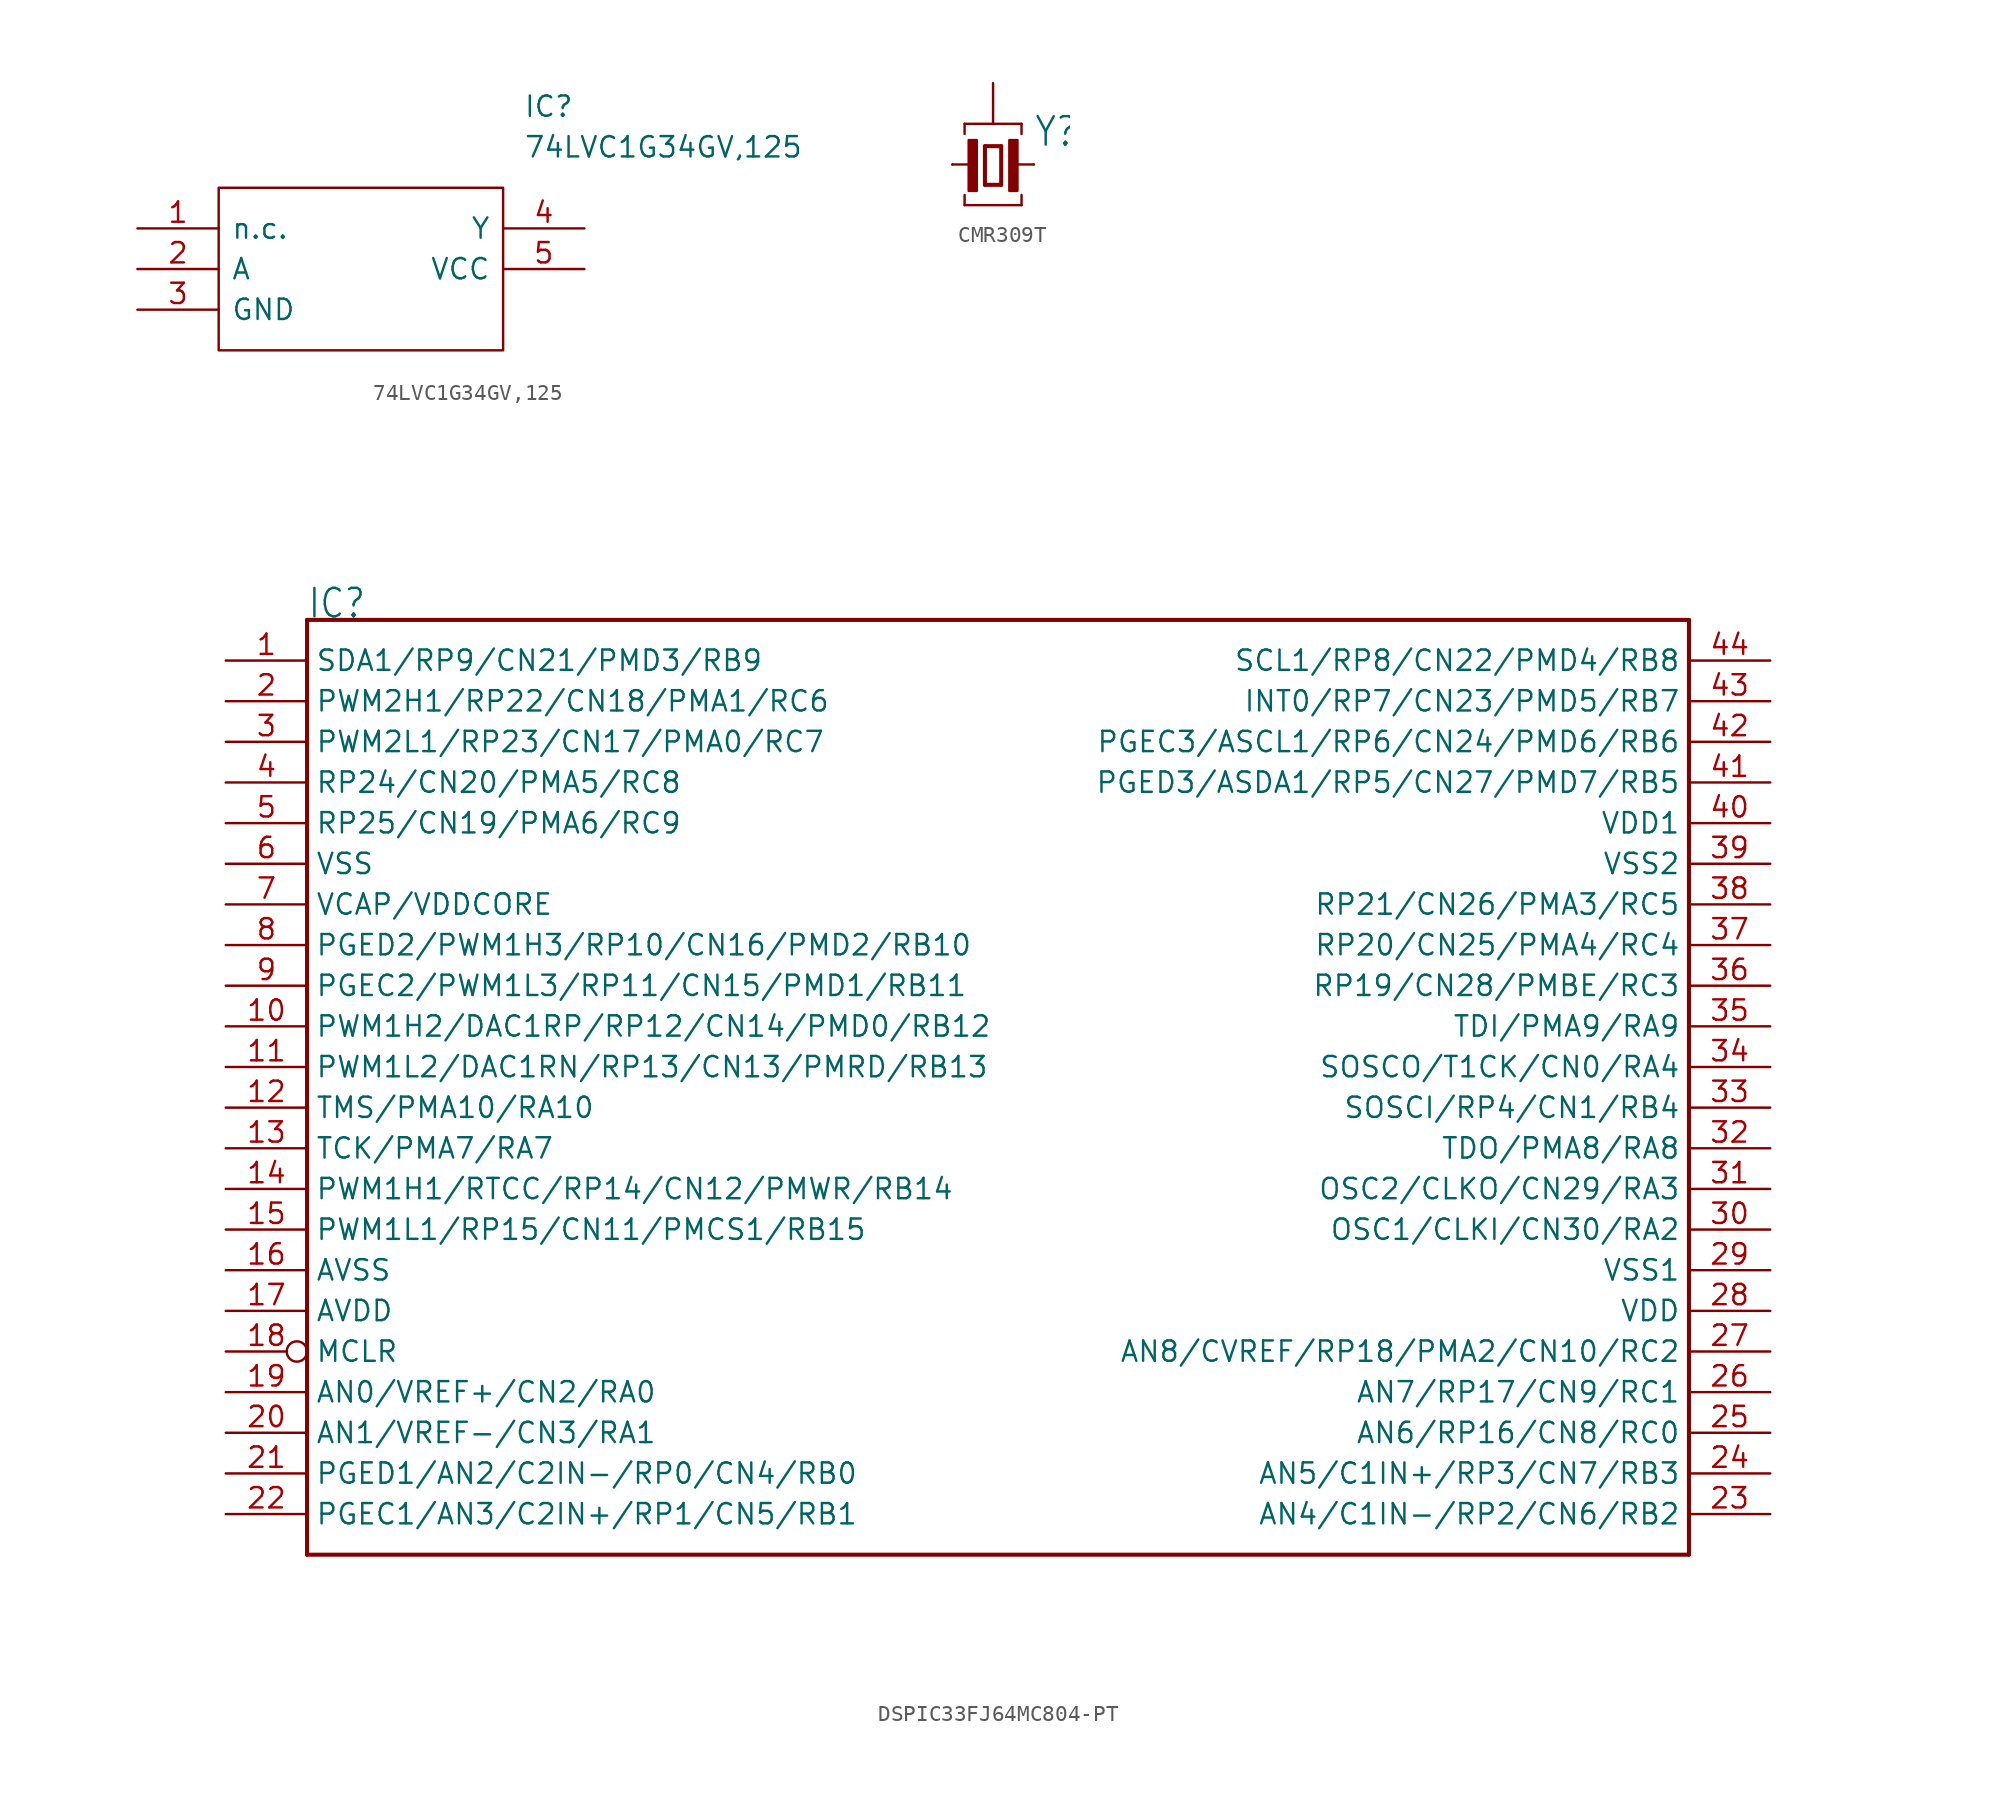
<source format=kicad_sym>
(kicad_symbol_lib
  (version 20231120)
  (generator "kicad_symbol_editor")
  (generator_version "8.0")
  (symbol "74LVC1G34GV,125"
    (pin_names
      (offset 0.762))
    (property "Reference" "IC"
      (at 24.13 7.62 0)
      (effects (font (size 1.27 1.27)) (justify left)))
    (property "Value" "74LVC1G34GV,125"
      (at 24.13 5.08 0)
      (effects (font (size 1.27 1.27)) (justify left)))
    (symbol "74LVC1G34GV,125_0_0"
      (pin passive line (at 0 0 0) (length 5.08) (name "n.c." (effects (font (size 1.27 1.27)))) (number "1" (effects (font (size 1.27 1.27)))))
      (pin passive line (at 0 -2.54 0) (length 5.08) (name "A" (effects (font (size 1.27 1.27)))) (number "2" (effects (font (size 1.27 1.27)))))
      (pin passive line (at 0 -5.08 0) (length 5.08) (name "GND" (effects (font (size 1.27 1.27)))) (number "3" (effects (font (size 1.27 1.27)))))
      (pin passive line (at 27.94 0 180) (length 5.08) (name "Y" (effects (font (size 1.27 1.27)))) (number "4" (effects (font (size 1.27 1.27)))))
      (pin passive line (at 27.94 -2.54 180) (length 5.08) (name "VCC" (effects (font (size 1.27 1.27)))) (number "5" (effects (font (size 1.27 1.27))))))
    (symbol "74LVC1G34GV,125_0_1"
      (polyline (pts (xy 5.08 2.54) (xy 22.86 2.54) (xy 22.86 -7.62) (xy 5.08 -7.62) (xy 5.08 2.54)) (stroke (width 0.152) (type solid)) (fill (type none)))))
  (symbol "CMR309T"
    (property "Reference" "Y"
      (at 2.54 1.016 0)
      (effects (font (size 1.778 1.511)) (justify left bottom)))
    (property "Value" ""
      (at 2.54 -2.54 0)
      (effects (font (size 1.778 1.511)) (justify left bottom)))
    (property "ki_locked" ""
      (at 0 0 0)
      (effects (font (size 1.27 1.27))))
    (symbol "CMR309T_1_0"
      (rectangle (start -1.524 -1.651) (end -1.016 1.524) (stroke (width 0) (type default)) (fill (type outline)))
      (polyline (pts (xy -2.54 0) (xy -1.143 0)) (stroke (width 0.152) (type solid)) (fill (type none)))
      (polyline (pts (xy -1.778 -2.54) (xy -1.778 -1.905)) (stroke (width 0.152) (type solid)) (fill (type none)))
      (polyline (pts (xy -1.778 -2.54) (xy 1.778 -2.54)) (stroke (width 0.152) (type solid)) (fill (type none)))
      (polyline (pts (xy -1.778 1.905) (xy -1.778 2.54)) (stroke (width 0.152) (type solid)) (fill (type none)))
      (polyline (pts (xy -1.778 2.54) (xy 1.778 2.54)) (stroke (width 0.152) (type solid)) (fill (type none)))
      (polyline (pts (xy -0.508 -1.27) (xy 0.508 -1.27)) (stroke (width 0.254) (type solid)) (fill (type none)))
      (polyline (pts (xy -0.508 1.143) (xy -0.508 -1.27)) (stroke (width 0.254) (type solid)) (fill (type none)))
      (polyline (pts (xy 0.508 -1.27) (xy 0.508 1.143)) (stroke (width 0.254) (type solid)) (fill (type none)))
      (polyline (pts (xy 0.508 1.143) (xy -0.508 1.143)) (stroke (width 0.254) (type solid)) (fill (type none)))
      (polyline (pts (xy 1.143 0) (xy 2.54 0)) (stroke (width 0.152) (type solid)) (fill (type none)))
      (polyline (pts (xy 1.778 -1.905) (xy 1.778 -2.54)) (stroke (width 0.152) (type solid)) (fill (type none)))
      (polyline (pts (xy 1.778 2.54) (xy 1.778 1.905)) (stroke (width 0.152) (type solid)) (fill (type none)))
      (rectangle (start 1.016 -1.651) (end 1.524 1.524) (stroke (width 0) (type default)) (fill (type outline)))
      (pin passive line (at -2.54 0 0) (length 0) (name "1" (effects (font (size 0 0)))) (number "1" (effects (font (size 0 0)))))
      (pin passive line (at 2.54 0 180) (length 0) (name "2" (effects (font (size 0 0)))) (number "2" (effects (font (size 0 0)))))
      (pin passive line (at 0 5.08 270) (length 2.54) (name "G" (effects (font (size 0 0)))) (number "3" (effects (font (size 0 0)))))))
  (symbol "DSPIC33FJ64MC804-PT"
    (property "Reference" "IC"
      (at -45.72 27.94 0)
      (effects (font (size 1.778 1.511)) (justify left bottom)))
    (property "Value" ""
      (at -45.72 -33.02 0)
      (effects (font (size 1.778 1.511)) (justify left bottom)))
    (property "ki_locked" ""
      (at 0 0 0)
      (effects (font (size 1.27 1.27))))
    (symbol "DSPIC33FJ64MC804-PT_1_0"
      (polyline (pts (xy -45.72 -30.48) (xy -45.72 27.94)) (stroke (width 0.254) (type solid)) (fill (type none)))
      (polyline (pts (xy -45.72 27.94) (xy 40.64 27.94)) (stroke (width 0.254) (type solid)) (fill (type none)))
      (polyline (pts (xy 40.64 -30.48) (xy -45.72 -30.48)) (stroke (width 0.254) (type solid)) (fill (type none)))
      (polyline (pts (xy 40.64 27.94) (xy 40.64 -30.48)) (stroke (width 0.254) (type solid)) (fill (type none)))
      (pin bidirectional line (at -50.8 25.4 0) (length 5.08) (name "SDA1/RP9/CN21/PMD3/RB9" (effects (font (size 1.27 1.27)))) (number "1" (effects (font (size 1.27 1.27)))))
      (pin bidirectional line (at -50.8 2.54 0) (length 5.08) (name "PWM1H2/DAC1RP/RP12/CN14/PMD0/RB12" (effects (font (size 1.27 1.27)))) (number "10" (effects (font (size 1.27 1.27)))))
      (pin bidirectional line (at -50.8 0 0) (length 5.08) (name "PWM1L2/DAC1RN/RP13/CN13/PMRD/RB13" (effects (font (size 1.27 1.27)))) (number "11" (effects (font (size 1.27 1.27)))))
      (pin bidirectional line (at -50.8 -2.54 0) (length 5.08) (name "TMS/PMA10/RA10" (effects (font (size 1.27 1.27)))) (number "12" (effects (font (size 1.27 1.27)))))
      (pin bidirectional line (at -50.8 -5.08 0) (length 5.08) (name "TCK/PMA7/RA7" (effects (font (size 1.27 1.27)))) (number "13" (effects (font (size 1.27 1.27)))))
      (pin bidirectional line (at -50.8 -7.62 0) (length 5.08) (name "PWM1H1/RTCC/RP14/CN12/PMWR/RB14" (effects (font (size 1.27 1.27)))) (number "14" (effects (font (size 1.27 1.27)))))
      (pin bidirectional line (at -50.8 -10.16 0) (length 5.08) (name "PWM1L1/RP15/CN11/PMCS1/RB15" (effects (font (size 1.27 1.27)))) (number "15" (effects (font (size 1.27 1.27)))))
      (pin power_in line (at -50.8 -12.7 0) (length 5.08) (name "AVSS" (effects (font (size 1.27 1.27)))) (number "16" (effects (font (size 1.27 1.27)))))
      (pin power_in line (at -50.8 -15.24 0) (length 5.08) (name "AVDD" (effects (font (size 1.27 1.27)))) (number "17" (effects (font (size 1.27 1.27)))))
      (pin input inverted (at -50.8 -17.78 0) (length 5.08) (name "MCLR" (effects (font (size 1.27 1.27)))) (number "18" (effects (font (size 1.27 1.27)))))
      (pin bidirectional line (at -50.8 -20.32 0) (length 5.08) (name "AN0/VREF+/CN2/RA0" (effects (font (size 1.27 1.27)))) (number "19" (effects (font (size 1.27 1.27)))))
      (pin bidirectional line (at -50.8 22.86 0) (length 5.08) (name "PWM2H1/RP22/CN18/PMA1/RC6" (effects (font (size 1.27 1.27)))) (number "2" (effects (font (size 1.27 1.27)))))
      (pin bidirectional line (at -50.8 -22.86 0) (length 5.08) (name "AN1/VREF-/CN3/RA1" (effects (font (size 1.27 1.27)))) (number "20" (effects (font (size 1.27 1.27)))))
      (pin bidirectional line (at -50.8 -25.4 0) (length 5.08) (name "PGED1/AN2/C2IN-/RP0/CN4/RB0" (effects (font (size 1.27 1.27)))) (number "21" (effects (font (size 1.27 1.27)))))
      (pin bidirectional line (at -50.8 -27.94 0) (length 5.08) (name "PGEC1/AN3/C2IN+/RP1/CN5/RB1" (effects (font (size 1.27 1.27)))) (number "22" (effects (font (size 1.27 1.27)))))
      (pin bidirectional line (at 45.72 -27.94 180) (length 5.08) (name "AN4/C1IN-/RP2/CN6/RB2" (effects (font (size 1.27 1.27)))) (number "23" (effects (font (size 1.27 1.27)))))
      (pin bidirectional line (at 45.72 -25.4 180) (length 5.08) (name "AN5/C1IN+/RP3/CN7/RB3" (effects (font (size 1.27 1.27)))) (number "24" (effects (font (size 1.27 1.27)))))
      (pin bidirectional line (at 45.72 -22.86 180) (length 5.08) (name "AN6/RP16/CN8/RC0" (effects (font (size 1.27 1.27)))) (number "25" (effects (font (size 1.27 1.27)))))
      (pin bidirectional line (at 45.72 -20.32 180) (length 5.08) (name "AN7/RP17/CN9/RC1" (effects (font (size 1.27 1.27)))) (number "26" (effects (font (size 1.27 1.27)))))
      (pin bidirectional line (at 45.72 -17.78 180) (length 5.08) (name "AN8/CVREF/RP18/PMA2/CN10/RC2" (effects (font (size 1.27 1.27)))) (number "27" (effects (font (size 1.27 1.27)))))
      (pin power_in line (at 45.72 -15.24 180) (length 5.08) (name "VDD" (effects (font (size 1.27 1.27)))) (number "28" (effects (font (size 1.27 1.27)))))
      (pin power_in line (at 45.72 -12.7 180) (length 5.08) (name "VSS1" (effects (font (size 1.27 1.27)))) (number "29" (effects (font (size 1.27 1.27)))))
      (pin bidirectional line (at -50.8 20.32 0) (length 5.08) (name "PWM2L1/RP23/CN17/PMA0/RC7" (effects (font (size 1.27 1.27)))) (number "3" (effects (font (size 1.27 1.27)))))
      (pin bidirectional line (at 45.72 -10.16 180) (length 5.08) (name "OSC1/CLKI/CN30/RA2" (effects (font (size 1.27 1.27)))) (number "30" (effects (font (size 1.27 1.27)))))
      (pin bidirectional line (at 45.72 -7.62 180) (length 5.08) (name "OSC2/CLKO/CN29/RA3" (effects (font (size 1.27 1.27)))) (number "31" (effects (font (size 1.27 1.27)))))
      (pin bidirectional line (at 45.72 -5.08 180) (length 5.08) (name "TDO/PMA8/RA8" (effects (font (size 1.27 1.27)))) (number "32" (effects (font (size 1.27 1.27)))))
      (pin bidirectional line (at 45.72 -2.54 180) (length 5.08) (name "SOSCI/RP4/CN1/RB4" (effects (font (size 1.27 1.27)))) (number "33" (effects (font (size 1.27 1.27)))))
      (pin bidirectional line (at 45.72 0 180) (length 5.08) (name "SOSCO/T1CK/CN0/RA4" (effects (font (size 1.27 1.27)))) (number "34" (effects (font (size 1.27 1.27)))))
      (pin bidirectional line (at 45.72 2.54 180) (length 5.08) (name "TDI/PMA9/RA9" (effects (font (size 1.27 1.27)))) (number "35" (effects (font (size 1.27 1.27)))))
      (pin bidirectional line (at 45.72 5.08 180) (length 5.08) (name "RP19/CN28/PMBE/RC3" (effects (font (size 1.27 1.27)))) (number "36" (effects (font (size 1.27 1.27)))))
      (pin bidirectional line (at 45.72 7.62 180) (length 5.08) (name "RP20/CN25/PMA4/RC4" (effects (font (size 1.27 1.27)))) (number "37" (effects (font (size 1.27 1.27)))))
      (pin bidirectional line (at 45.72 10.16 180) (length 5.08) (name "RP21/CN26/PMA3/RC5" (effects (font (size 1.27 1.27)))) (number "38" (effects (font (size 1.27 1.27)))))
      (pin power_in line (at 45.72 12.7 180) (length 5.08) (name "VSS2" (effects (font (size 1.27 1.27)))) (number "39" (effects (font (size 1.27 1.27)))))
      (pin bidirectional line (at -50.8 17.78 0) (length 5.08) (name "RP24/CN20/PMA5/RC8" (effects (font (size 1.27 1.27)))) (number "4" (effects (font (size 1.27 1.27)))))
      (pin power_in line (at 45.72 15.24 180) (length 5.08) (name "VDD1" (effects (font (size 1.27 1.27)))) (number "40" (effects (font (size 1.27 1.27)))))
      (pin bidirectional line (at 45.72 17.78 180) (length 5.08) (name "PGED3/ASDA1/RP5/CN27/PMD7/RB5" (effects (font (size 1.27 1.27)))) (number "41" (effects (font (size 1.27 1.27)))))
      (pin bidirectional line (at 45.72 20.32 180) (length 5.08) (name "PGEC3/ASCL1/RP6/CN24/PMD6/RB6" (effects (font (size 1.27 1.27)))) (number "42" (effects (font (size 1.27 1.27)))))
      (pin bidirectional line (at 45.72 22.86 180) (length 5.08) (name "INT0/RP7/CN23/PMD5/RB7" (effects (font (size 1.27 1.27)))) (number "43" (effects (font (size 1.27 1.27)))))
      (pin bidirectional line (at 45.72 25.4 180) (length 5.08) (name "SCL1/RP8/CN22/PMD4/RB8" (effects (font (size 1.27 1.27)))) (number "44" (effects (font (size 1.27 1.27)))))
      (pin bidirectional line (at -50.8 15.24 0) (length 5.08) (name "RP25/CN19/PMA6/RC9" (effects (font (size 1.27 1.27)))) (number "5" (effects (font (size 1.27 1.27)))))
      (pin power_in line (at -50.8 12.7 0) (length 5.08) (name "VSS" (effects (font (size 1.27 1.27)))) (number "6" (effects (font (size 1.27 1.27)))))
      (pin power_in line (at -50.8 10.16 0) (length 5.08) (name "VCAP/VDDCORE" (effects (font (size 1.27 1.27)))) (number "7" (effects (font (size 1.27 1.27)))))
      (pin bidirectional line (at -50.8 7.62 0) (length 5.08) (name "PGED2/PWM1H3/RP10/CN16/PMD2/RB10" (effects (font (size 1.27 1.27)))) (number "8" (effects (font (size 1.27 1.27)))))
      (pin bidirectional line (at -50.8 5.08 0) (length 5.08) (name "PGEC2/PWM1L3/RP11/CN15/PMD1/RB11" (effects (font (size 1.27 1.27)))) (number "9" (effects (font (size 1.27 1.27))))))))
</source>
